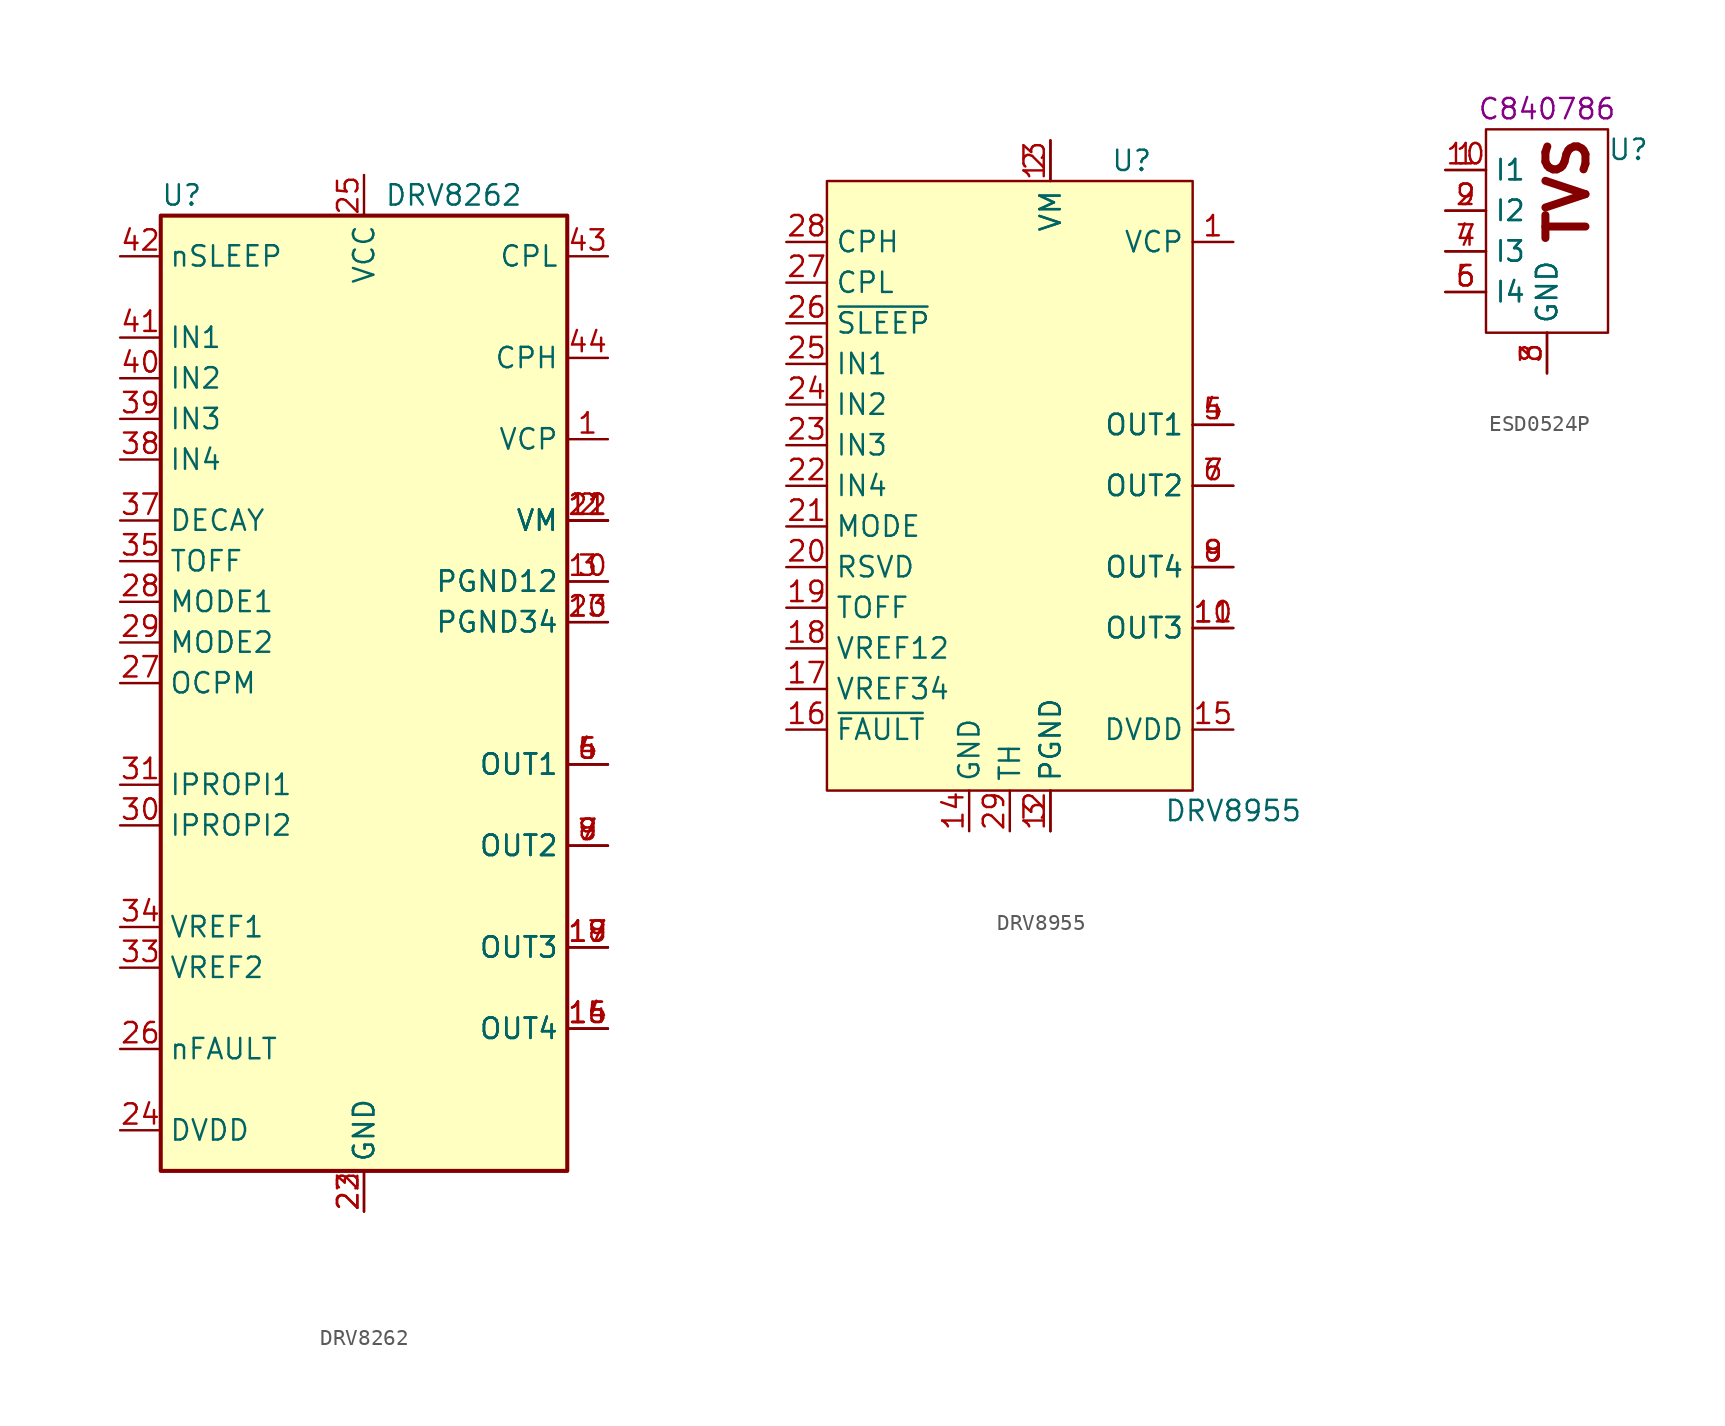
<source format=kicad_sym>
(kicad_symbol_lib
  (version 20220914)
  (generator kicad_symbol_editor)
  (symbol "DRV8262"
    (property "Reference" "U"
      (at -12.7 34.29 0)
      (effects (font (size 1.27 1.27)) (justify left)))
    (property "Value" "DRV8262"
      (at 1.27 34.29 0)
      (effects (font (size 1.27 1.27)) (justify left)))
    (symbol "DRV8262_0_1"
      (rectangle (start -12.7 33.02) (end 12.7 -26.67) (stroke (width 0.254) (type default)) (fill (type background))))
    (symbol "DRV8262_1_1"
      (pin bidirectional line (at 15.24 19.05 180) (length 2.54) (name "VCP" (effects (font (size 1.27 1.27)))) (number "1" (effects (font (size 1.27 1.27)))))
      (pin bidirectional line (at 15.24 10.16 180) (length 2.54) (name "PGND12" (effects (font (size 1.27 1.27)))) (number "10" (effects (font (size 1.27 1.27)))))
      (pin bidirectional line (at 15.24 13.97 180) (length 2.54) (name "VM" (effects (font (size 1.27 1.27)))) (number "11" (effects (font (size 1.27 1.27)))))
      (pin bidirectional line (at 15.24 13.97 180) (length 2.54) (name "VM" (effects (font (size 1.27 1.27)))) (number "12" (effects (font (size 1.27 1.27)))))
      (pin bidirectional line (at 15.24 7.62 180) (length 2.54) (name "PGND34" (effects (font (size 1.27 1.27)))) (number "13" (effects (font (size 1.27 1.27)))))
      (pin output line (at 15.24 -17.78 180) (length 2.54) (name "OUT4" (effects (font (size 1.27 1.27)))) (number "14" (effects (font (size 1.27 1.27)))))
      (pin output line (at 15.24 -17.78 180) (length 2.54) (name "OUT4" (effects (font (size 1.27 1.27)))) (number "15" (effects (font (size 1.27 1.27)))))
      (pin output line (at 15.24 -17.78 180) (length 2.54) (name "OUT4" (effects (font (size 1.27 1.27)))) (number "16" (effects (font (size 1.27 1.27)))))
      (pin output line (at 15.24 -12.7 180) (length 2.54) (name "OUT3" (effects (font (size 1.27 1.27)))) (number "17" (effects (font (size 1.27 1.27)))))
      (pin output line (at 15.24 -12.7 180) (length 2.54) (name "OUT3" (effects (font (size 1.27 1.27)))) (number "18" (effects (font (size 1.27 1.27)))))
      (pin output line (at 15.24 -12.7 180) (length 2.54) (name "OUT3" (effects (font (size 1.27 1.27)))) (number "19" (effects (font (size 1.27 1.27)))))
      (pin bidirectional line (at 15.24 13.97 180) (length 2.54) (name "VM" (effects (font (size 1.27 1.27)))) (number "2" (effects (font (size 1.27 1.27)))))
      (pin bidirectional line (at 15.24 7.62 180) (length 2.54) (name "PGND34" (effects (font (size 1.27 1.27)))) (number "20" (effects (font (size 1.27 1.27)))))
      (pin bidirectional line (at 15.24 13.97 180) (length 2.54) (name "VM" (effects (font (size 1.27 1.27)))) (number "21" (effects (font (size 1.27 1.27)))))
      (pin power_in line (at 0 -29.21 90) (length 2.54) (name "GND" (effects (font (size 1.27 1.27)))) (number "22" (effects (font (size 1.27 1.27)))))
      (pin power_in line (at 0 -29.21 90) (length 2.54) (name "GND" (effects (font (size 1.27 1.27)))) (number "23" (effects (font (size 1.27 1.27)))))
      (pin output line (at -15.24 -24.13 0) (length 2.54) (name "DVDD" (effects (font (size 1.27 1.27)))) (number "24" (effects (font (size 1.27 1.27)))))
      (pin power_in line (at 0 35.56 270) (length 2.54) (name "VCC" (effects (font (size 1.27 1.27)))) (number "25" (effects (font (size 1.27 1.27)))))
      (pin output line (at -15.24 -19.05 0) (length 2.54) (name "nFAULT" (effects (font (size 1.27 1.27)))) (number "26" (effects (font (size 1.27 1.27)))))
      (pin input line (at -15.24 3.81 0) (length 2.54) (name "OCPM" (effects (font (size 1.27 1.27)))) (number "27" (effects (font (size 1.27 1.27)))))
      (pin input line (at -15.24 8.89 0) (length 2.54) (name "MODE1" (effects (font (size 1.27 1.27)))) (number "28" (effects (font (size 1.27 1.27)))))
      (pin input line (at -15.24 6.35 0) (length 2.54) (name "MODE2" (effects (font (size 1.27 1.27)))) (number "29" (effects (font (size 1.27 1.27)))))
      (pin bidirectional line (at 15.24 10.16 180) (length 2.54) (name "PGND12" (effects (font (size 1.27 1.27)))) (number "3" (effects (font (size 1.27 1.27)))))
      (pin output line (at -15.24 -5.08 0) (length 2.54) (name "IPROPI2" (effects (font (size 1.27 1.27)))) (number "30" (effects (font (size 1.27 1.27)))))
      (pin output line (at -15.24 -2.54 0) (length 2.54) (name "IPROPI1" (effects (font (size 1.27 1.27)))) (number "31" (effects (font (size 1.27 1.27)))))
      (pin input line (at -15.24 -13.97 0) (length 2.54) (name "VREF2" (effects (font (size 1.27 1.27)))) (number "33" (effects (font (size 1.27 1.27)))))
      (pin input line (at -15.24 -11.43 0) (length 2.54) (name "VREF1" (effects (font (size 1.27 1.27)))) (number "34" (effects (font (size 1.27 1.27)))))
      (pin input line (at -15.24 11.43 0) (length 2.54) (name "TOFF" (effects (font (size 1.27 1.27)))) (number "35" (effects (font (size 1.27 1.27)))))
      (pin input line (at -15.24 13.97 0) (length 2.54) (name "DECAY" (effects (font (size 1.27 1.27)))) (number "37" (effects (font (size 1.27 1.27)))))
      (pin input line (at -15.24 17.78 0) (length 2.54) (name "IN4" (effects (font (size 1.27 1.27)))) (number "38" (effects (font (size 1.27 1.27)))))
      (pin input line (at -15.24 20.32 0) (length 2.54) (name "IN3" (effects (font (size 1.27 1.27)))) (number "39" (effects (font (size 1.27 1.27)))))
      (pin output line (at 15.24 -1.27 180) (length 2.54) (name "OUT1" (effects (font (size 1.27 1.27)))) (number "4" (effects (font (size 1.27 1.27)))))
      (pin input line (at -15.24 22.86 0) (length 2.54) (name "IN2" (effects (font (size 1.27 1.27)))) (number "40" (effects (font (size 1.27 1.27)))))
      (pin input line (at -15.24 25.4 0) (length 2.54) (name "IN1" (effects (font (size 1.27 1.27)))) (number "41" (effects (font (size 1.27 1.27)))))
      (pin input line (at -15.24 30.48 0) (length 2.54) (name "nSLEEP" (effects (font (size 1.27 1.27)))) (number "42" (effects (font (size 1.27 1.27)))))
      (pin bidirectional line (at 15.24 30.48 180) (length 2.54) (name "CPL" (effects (font (size 1.27 1.27)))) (number "43" (effects (font (size 1.27 1.27)))))
      (pin bidirectional line (at 15.24 24.13 180) (length 2.54) (name "CPH" (effects (font (size 1.27 1.27)))) (number "44" (effects (font (size 1.27 1.27)))))
      (pin output line (at 15.24 -1.27 180) (length 2.54) (name "OUT1" (effects (font (size 1.27 1.27)))) (number "5" (effects (font (size 1.27 1.27)))))
      (pin output line (at 15.24 -1.27 180) (length 2.54) (name "OUT1" (effects (font (size 1.27 1.27)))) (number "6" (effects (font (size 1.27 1.27)))))
      (pin output line (at 15.24 -6.35 180) (length 2.54) (name "OUT2" (effects (font (size 1.27 1.27)))) (number "7" (effects (font (size 1.27 1.27)))))
      (pin output line (at 15.24 -6.35 180) (length 2.54) (name "OUT2" (effects (font (size 1.27 1.27)))) (number "8" (effects (font (size 1.27 1.27)))))
      (pin output line (at 15.24 -6.35 180) (length 2.54) (name "OUT2" (effects (font (size 1.27 1.27)))) (number "9" (effects (font (size 1.27 1.27)))))))
  (symbol "DRV8955"
    (property "Reference" "U"
      (at 7.62 22.86 0)
      (effects (font (size 1.27 1.27))))
    (property "Value" "DRV8955"
      (at 13.97 -17.78 0)
      (effects (font (size 1.27 1.27))))
    (symbol "DRV8955_0_1"
      (rectangle (start -11.43 21.59) (end 11.43 -16.51) (stroke (width 0.152) (type default)) (fill (type background))))
    (symbol "DRV8955_1_1"
      (pin input line (at 13.97 17.78 180) (length 2.54) (name "VCP" (effects (font (size 1.27 1.27)))) (number "1" (effects (font (size 1.27 1.27)))))
      (pin input line (at 13.97 -6.35 180) (length 2.54) (name "OUT3" (effects (font (size 1.27 1.27)))) (number "10" (effects (font (size 1.27 1.27)))))
      (pin input line (at 13.97 -6.35 180) (length 2.54) (name "OUT3" (effects (font (size 1.27 1.27)))) (number "11" (effects (font (size 1.27 1.27)))))
      (pin power_in line (at 2.54 -19.05 90) (length 2.54) (name "PGND" (effects (font (size 1.27 1.27)))) (number "12" (effects (font (size 1.27 1.27)))))
      (pin power_in line (at 2.54 24.13 270) (length 2.54) (name "VM" (effects (font (size 1.27 1.27)))) (number "13" (effects (font (size 1.27 1.27)))))
      (pin power_in line (at -2.54 -19.05 90) (length 2.54) (name "GND" (effects (font (size 1.27 1.27)))) (number "14" (effects (font (size 1.27 1.27)))))
      (pin power_in line (at 13.97 -12.7 180) (length 2.54) (name "DVDD" (effects (font (size 1.27 1.27)))) (number "15" (effects (font (size 1.27 1.27)))))
      (pin input line (at -13.97 -12.7 0) (length 2.54) (name "~{FAULT}" (effects (font (size 1.27 1.27)))) (number "16" (effects (font (size 1.27 1.27)))))
      (pin input line (at -13.97 -10.16 0) (length 2.54) (name "VREF34" (effects (font (size 1.27 1.27)))) (number "17" (effects (font (size 1.27 1.27)))))
      (pin input line (at -13.97 -7.62 0) (length 2.54) (name "VREF12" (effects (font (size 1.27 1.27)))) (number "18" (effects (font (size 1.27 1.27)))))
      (pin input line (at -13.97 -5.08 0) (length 2.54) (name "TOFF" (effects (font (size 1.27 1.27)))) (number "19" (effects (font (size 1.27 1.27)))))
      (pin power_in line (at 2.54 24.13 270) (length 2.54) (name "VM" (effects (font (size 1.27 1.27)))) (number "2" (effects (font (size 1.27 1.27)))))
      (pin input line (at -13.97 -2.54 0) (length 2.54) (name "RSVD" (effects (font (size 1.27 1.27)))) (number "20" (effects (font (size 1.27 1.27)))))
      (pin input line (at -13.97 0 0) (length 2.54) (name "MODE" (effects (font (size 1.27 1.27)))) (number "21" (effects (font (size 1.27 1.27)))))
      (pin input line (at -13.97 2.54 0) (length 2.54) (name "IN4" (effects (font (size 1.27 1.27)))) (number "22" (effects (font (size 1.27 1.27)))))
      (pin input line (at -13.97 5.08 0) (length 2.54) (name "IN3" (effects (font (size 1.27 1.27)))) (number "23" (effects (font (size 1.27 1.27)))))
      (pin input line (at -13.97 7.62 0) (length 2.54) (name "IN2" (effects (font (size 1.27 1.27)))) (number "24" (effects (font (size 1.27 1.27)))))
      (pin input line (at -13.97 10.16 0) (length 2.54) (name "IN1" (effects (font (size 1.27 1.27)))) (number "25" (effects (font (size 1.27 1.27)))))
      (pin input line (at -13.97 12.7 0) (length 2.54) (name "~{SLEEP}" (effects (font (size 1.27 1.27)))) (number "26" (effects (font (size 1.27 1.27)))))
      (pin input line (at -13.97 15.24 0) (length 2.54) (name "CPL" (effects (font (size 1.27 1.27)))) (number "27" (effects (font (size 1.27 1.27)))))
      (pin input line (at -13.97 17.78 0) (length 2.54) (name "CPH" (effects (font (size 1.27 1.27)))) (number "28" (effects (font (size 1.27 1.27)))))
      (pin power_in line (at 0 -19.05 90) (length 2.54) (name "TH" (effects (font (size 1.27 1.27)))) (number "29" (effects (font (size 1.27 1.27)))))
      (pin power_in line (at 2.54 -19.05 90) (length 2.54) (name "PGND" (effects (font (size 1.27 1.27)))) (number "3" (effects (font (size 1.27 1.27)))))
      (pin input line (at 13.97 6.35 180) (length 2.54) (name "OUT1" (effects (font (size 1.27 1.27)))) (number "4" (effects (font (size 1.27 1.27)))))
      (pin input line (at 13.97 6.35 180) (length 2.54) (name "OUT1" (effects (font (size 1.27 1.27)))) (number "5" (effects (font (size 1.27 1.27)))))
      (pin input line (at 13.97 2.54 180) (length 2.54) (name "OUT2" (effects (font (size 1.27 1.27)))) (number "6" (effects (font (size 1.27 1.27)))))
      (pin input line (at 13.97 2.54 180) (length 2.54) (name "OUT2" (effects (font (size 1.27 1.27)))) (number "7" (effects (font (size 1.27 1.27)))))
      (pin input line (at 13.97 -2.54 180) (length 2.54) (name "OUT4" (effects (font (size 1.27 1.27)))) (number "8" (effects (font (size 1.27 1.27)))))
      (pin input line (at 13.97 -2.54 180) (length 2.54) (name "OUT4" (effects (font (size 1.27 1.27)))) (number "9" (effects (font (size 1.27 1.27)))))))
  (symbol "ESD0524P"
    (property "Reference" "U"
      (at 5.08 7.62 0)
      (effects (font (size 1.27 1.27))))
    (property "Value" ""
      (at 0 0 0)
      (effects (font (size 1.27 1.27))))
    (property "LCSC" "C840786"
      (at 0 10.16 0)
      (effects (font (size 1.27 1.27))))
    (symbol "ESD0524P_0_1"
      (rectangle (start -3.81 8.89) (end 3.81 -3.81) (stroke (width 0) (type default)) (fill (type none))))
    (symbol "ESD0524P_1_1"
      (text "TVS" (at 1.27 5.08 900) (effects (font (size 2.5 2.5) bold)))
      (pin input line (at -6.35 6.35 0) (length 2.54) (name "I1" (effects (font (size 1.27 1.27)))) (number "1" (effects (font (size 1.27 1.27)))))
      (pin input line (at -6.35 6.35 0) (length 2.54) (name "I1" (effects (font (size 1.27 1.27)))) (number "10" (effects (font (size 1.27 1.27)))))
      (pin input line (at -6.35 3.81 0) (length 2.54) (name "I2" (effects (font (size 1.27 1.27)))) (number "2" (effects (font (size 1.27 1.27)))))
      (pin input line (at 0 -6.35 90) (length 2.54) (name "GND" (effects (font (size 1.27 1.27)))) (number "3" (effects (font (size 1.27 1.27)))))
      (pin input line (at -6.35 1.27 0) (length 2.54) (name "I3" (effects (font (size 1.27 1.27)))) (number "4" (effects (font (size 1.27 1.27)))))
      (pin input line (at -6.35 -1.27 0) (length 2.54) (name "I4" (effects (font (size 1.27 1.27)))) (number "5" (effects (font (size 1.27 1.27)))))
      (pin input line (at -6.35 -1.27 0) (length 2.54) (name "I4" (effects (font (size 1.27 1.27)))) (number "6" (effects (font (size 1.27 1.27)))))
      (pin input line (at -6.35 1.27 0) (length 2.54) (name "I3" (effects (font (size 1.27 1.27)))) (number "7" (effects (font (size 1.27 1.27)))))
      (pin input line (at 0 -6.35 90) (length 2.54) (name "GND" (effects (font (size 1.27 1.27)))) (number "8" (effects (font (size 1.27 1.27)))))
      (pin input line (at -6.35 3.81 0) (length 2.54) (name "I2" (effects (font (size 1.27 1.27)))) (number "9" (effects (font (size 1.27 1.27))))))))
</source>
